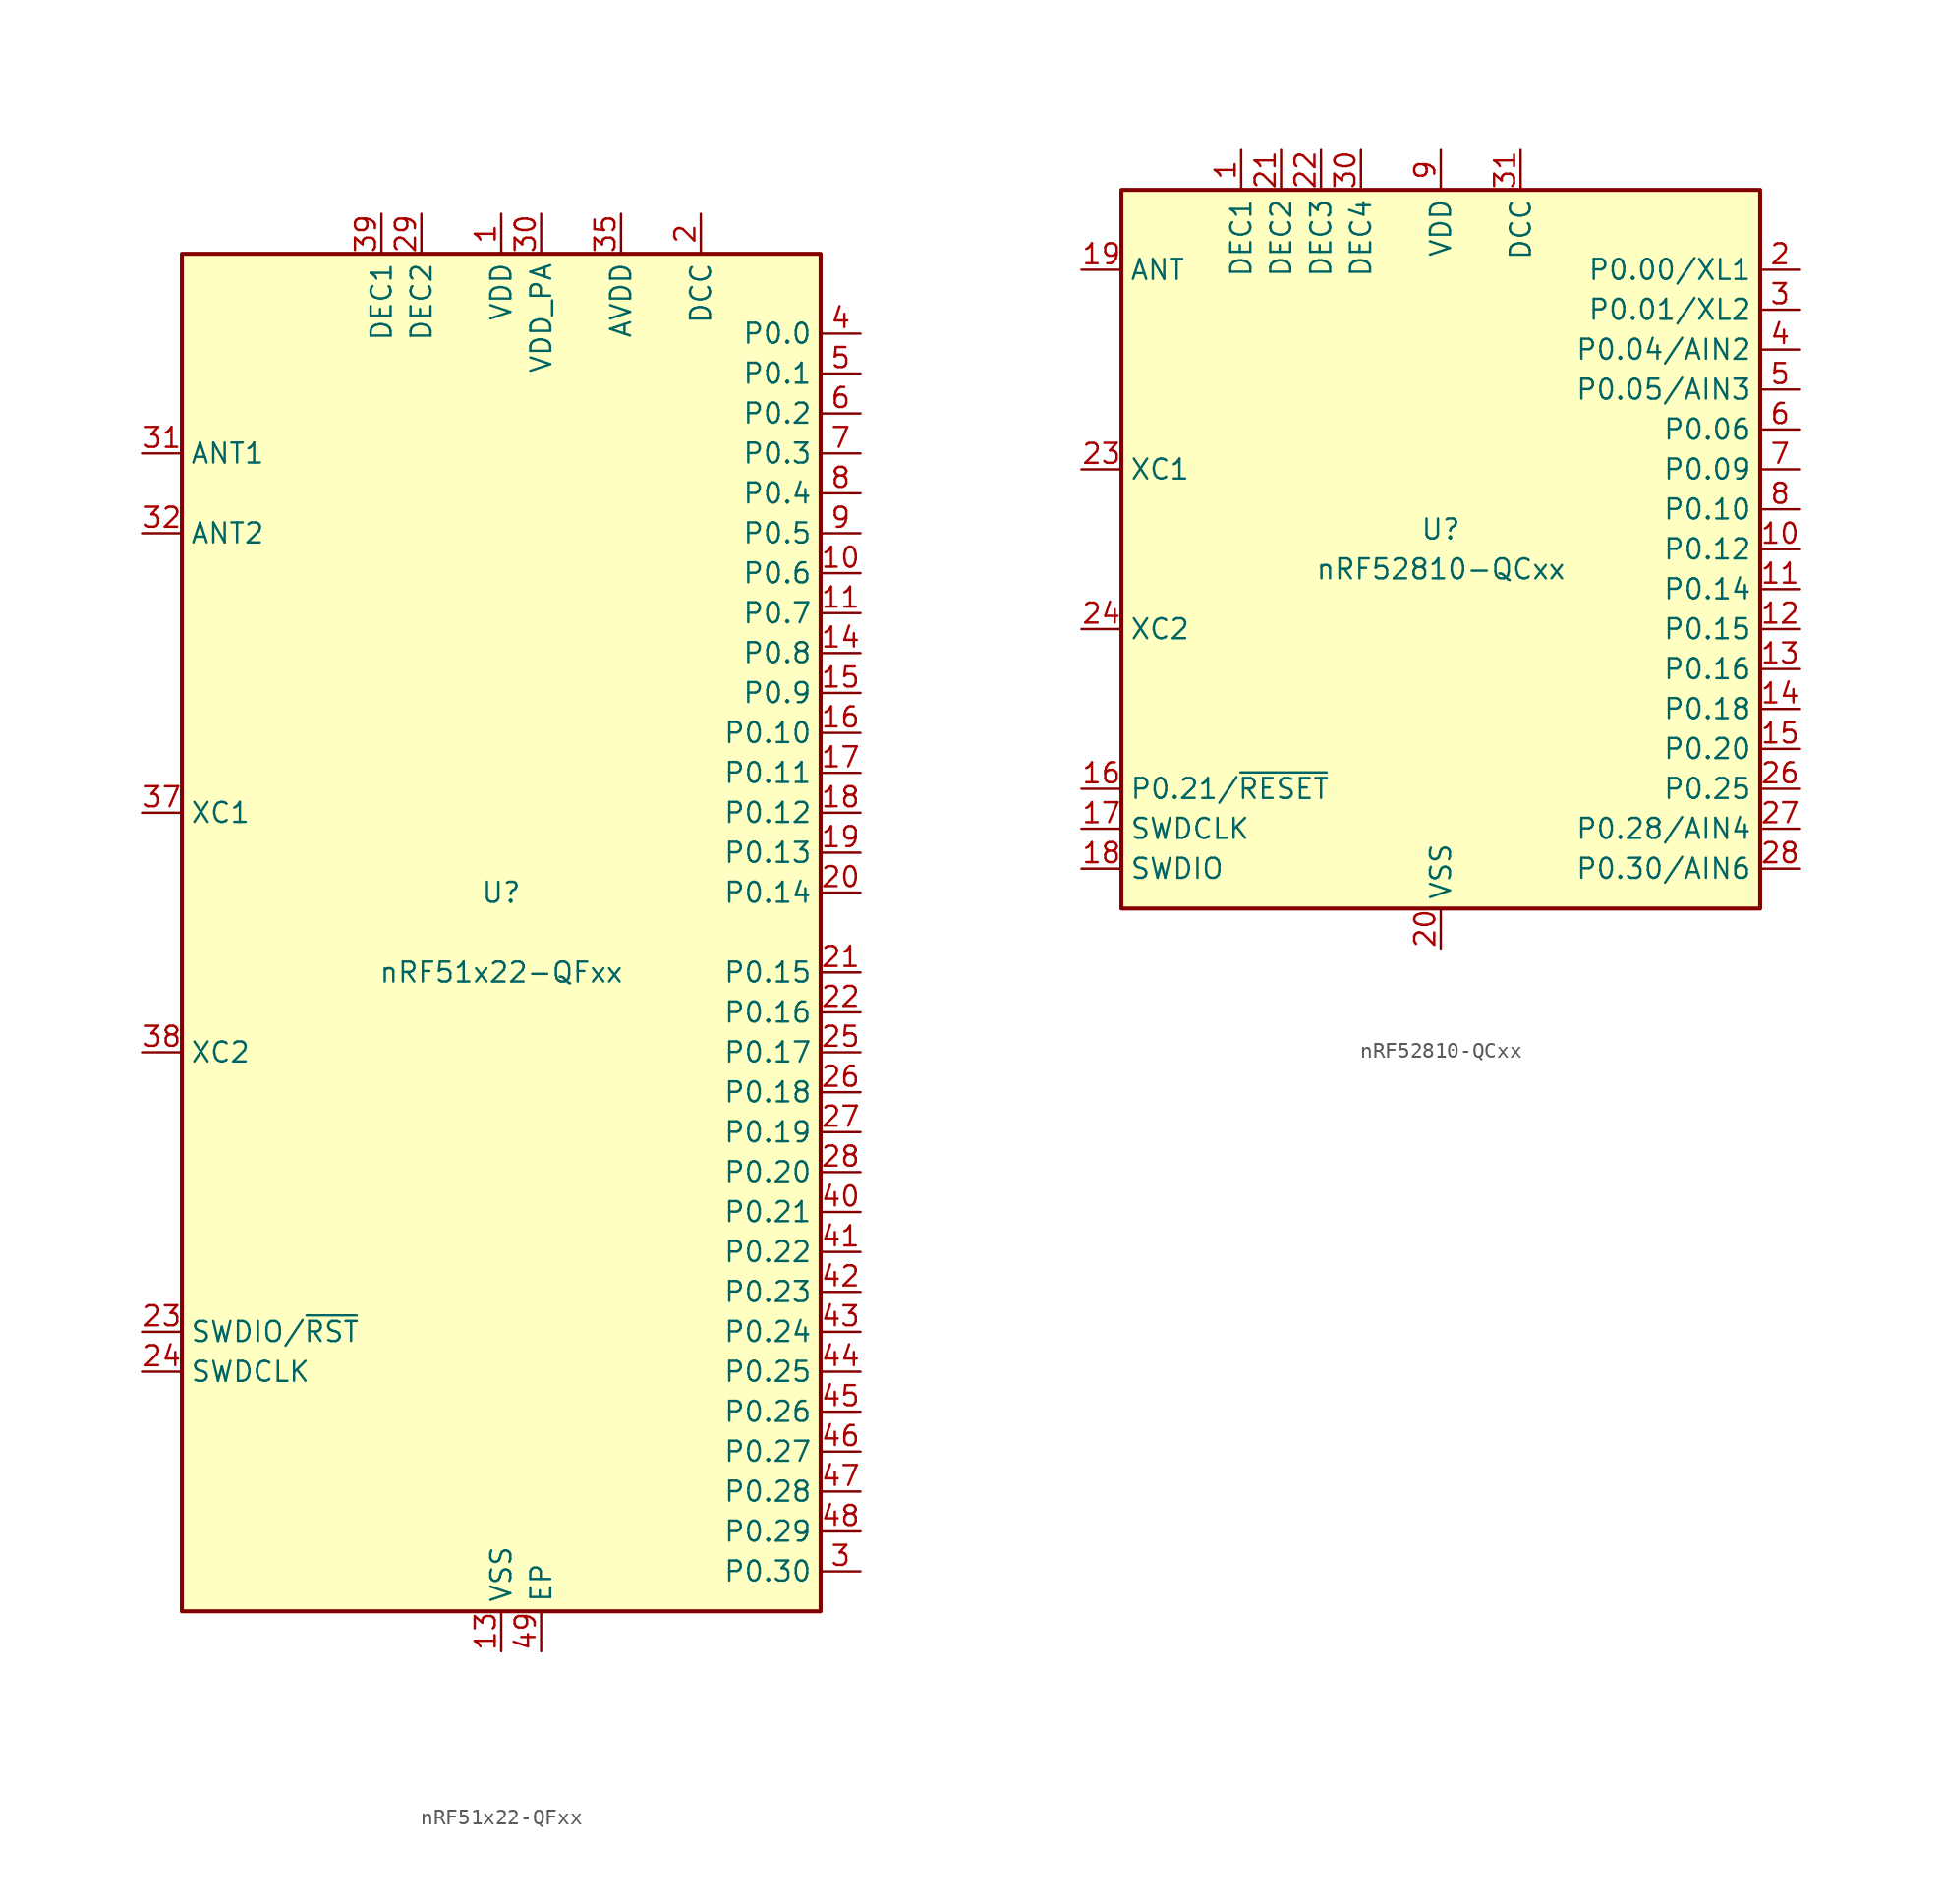
<source format=kicad_sym>
(kicad_symbol_lib
  (version 20201005)
  (generator kicad_symbol_editor)
  (symbol "MCU_Nordic:nRF51x22-QFxx"
    (property "Reference" "U"
      (at 0 2.54 0)
      (effects (font (size 1.27 1.27))))
    (property "Value" "nRF51x22-QFxx"
      (at 0 -2.54 0)
      (effects (font (size 1.27 1.27))))
    (symbol "nRF51x22-QFxx_0_1"
      (rectangle (start -20.32 43.18) (end 20.32 -43.18) (stroke (width 0.254)) (fill (type background))))
    (symbol "nRF51x22-QFxx_1_1"
      (pin power_in line (at 0 45.72 270) (length 2.54) (name "VDD" (effects (font (size 1.27 1.27)))) (number "1" (effects (font (size 1.27 1.27)))))
      (pin bidirectional line (at 22.86 22.86 180) (length 2.54) (name "P0.6" (effects (font (size 1.27 1.27)))) (number "10" (effects (font (size 1.27 1.27)))))
      (pin bidirectional line (at 22.86 20.32 180) (length 2.54) (name "P0.7" (effects (font (size 1.27 1.27)))) (number "11" (effects (font (size 1.27 1.27)))))
      (pin passive line (at 0 45.72 270) (length 2.54) hide (name "VDD" (effects (font (size 1.27 1.27)))) (number "12" (effects (font (size 1.27 1.27)))))
      (pin power_in line (at 0 -45.72 90) (length 2.54) (name "VSS" (effects (font (size 1.27 1.27)))) (number "13" (effects (font (size 1.27 1.27)))))
      (pin bidirectional line (at 22.86 17.78 180) (length 2.54) (name "P0.8" (effects (font (size 1.27 1.27)))) (number "14" (effects (font (size 1.27 1.27)))))
      (pin bidirectional line (at 22.86 15.24 180) (length 2.54) (name "P0.9" (effects (font (size 1.27 1.27)))) (number "15" (effects (font (size 1.27 1.27)))))
      (pin bidirectional line (at 22.86 12.7 180) (length 2.54) (name "P0.10" (effects (font (size 1.27 1.27)))) (number "16" (effects (font (size 1.27 1.27)))))
      (pin bidirectional line (at 22.86 10.16 180) (length 2.54) (name "P0.11" (effects (font (size 1.27 1.27)))) (number "17" (effects (font (size 1.27 1.27)))))
      (pin bidirectional line (at 22.86 7.62 180) (length 2.54) (name "P0.12" (effects (font (size 1.27 1.27)))) (number "18" (effects (font (size 1.27 1.27)))))
      (pin bidirectional line (at 22.86 5.08 180) (length 2.54) (name "P0.13" (effects (font (size 1.27 1.27)))) (number "19" (effects (font (size 1.27 1.27)))))
      (pin power_out line (at 12.7 45.72 270) (length 2.54) (name "DCC" (effects (font (size 1.27 1.27)))) (number "2" (effects (font (size 1.27 1.27)))))
      (pin bidirectional line (at 22.86 2.54 180) (length 2.54) (name "P0.14" (effects (font (size 1.27 1.27)))) (number "20" (effects (font (size 1.27 1.27)))))
      (pin bidirectional line (at 22.86 -2.54 180) (length 2.54) (name "P0.15" (effects (font (size 1.27 1.27)))) (number "21" (effects (font (size 1.27 1.27)))))
      (pin bidirectional line (at 22.86 -5.08 180) (length 2.54) (name "P0.16" (effects (font (size 1.27 1.27)))) (number "22" (effects (font (size 1.27 1.27)))))
      (pin bidirectional line (at -22.86 -25.4 0) (length 2.54) (name "SWDIO/~RST" (effects (font (size 1.27 1.27)))) (number "23" (effects (font (size 1.27 1.27)))))
      (pin input line (at -22.86 -27.94 0) (length 2.54) (name "SWDCLK" (effects (font (size 1.27 1.27)))) (number "24" (effects (font (size 1.27 1.27)))))
      (pin bidirectional line (at 22.86 -7.62 180) (length 2.54) (name "P0.17" (effects (font (size 1.27 1.27)))) (number "25" (effects (font (size 1.27 1.27)))))
      (pin bidirectional line (at 22.86 -10.16 180) (length 2.54) (name "P0.18" (effects (font (size 1.27 1.27)))) (number "26" (effects (font (size 1.27 1.27)))))
      (pin bidirectional line (at 22.86 -12.7 180) (length 2.54) (name "P0.19" (effects (font (size 1.27 1.27)))) (number "27" (effects (font (size 1.27 1.27)))))
      (pin bidirectional line (at 22.86 -15.24 180) (length 2.54) (name "P0.20" (effects (font (size 1.27 1.27)))) (number "28" (effects (font (size 1.27 1.27)))))
      (pin passive line (at -5.08 45.72 270) (length 2.54) (name "DEC2" (effects (font (size 1.27 1.27)))) (number "29" (effects (font (size 1.27 1.27)))))
      (pin bidirectional line (at 22.86 -40.64 180) (length 2.54) (name "P0.30" (effects (font (size 1.27 1.27)))) (number "3" (effects (font (size 1.27 1.27)))))
      (pin power_out line (at 2.54 45.72 270) (length 2.54) (name "VDD_PA" (effects (font (size 1.27 1.27)))) (number "30" (effects (font (size 1.27 1.27)))))
      (pin output line (at -22.86 30.48 0) (length 2.54) (name "ANT1" (effects (font (size 1.27 1.27)))) (number "31" (effects (font (size 1.27 1.27)))))
      (pin output line (at -22.86 25.4 0) (length 2.54) (name "ANT2" (effects (font (size 1.27 1.27)))) (number "32" (effects (font (size 1.27 1.27)))))
      (pin passive line (at 0 -45.72 90) (length 2.54) hide (name "VSS" (effects (font (size 1.27 1.27)))) (number "33" (effects (font (size 1.27 1.27)))))
      (pin passive line (at 0 -45.72 90) (length 2.54) hide (name "VSS" (effects (font (size 1.27 1.27)))) (number "34" (effects (font (size 1.27 1.27)))))
      (pin power_in line (at 7.62 45.72 270) (length 2.54) (name "AVDD" (effects (font (size 1.27 1.27)))) (number "35" (effects (font (size 1.27 1.27)))))
      (pin passive line (at 7.62 45.72 270) (length 2.54) hide (name "AVDD" (effects (font (size 1.27 1.27)))) (number "36" (effects (font (size 1.27 1.27)))))
      (pin input line (at -22.86 7.62 0) (length 2.54) (name "XC1" (effects (font (size 1.27 1.27)))) (number "37" (effects (font (size 1.27 1.27)))))
      (pin input line (at -22.86 -7.62 0) (length 2.54) (name "XC2" (effects (font (size 1.27 1.27)))) (number "38" (effects (font (size 1.27 1.27)))))
      (pin passive line (at -7.62 45.72 270) (length 2.54) (name "DEC1" (effects (font (size 1.27 1.27)))) (number "39" (effects (font (size 1.27 1.27)))))
      (pin bidirectional line (at 22.86 38.1 180) (length 2.54) (name "P0.0" (effects (font (size 1.27 1.27)))) (number "4" (effects (font (size 1.27 1.27)))))
      (pin bidirectional line (at 22.86 -17.78 180) (length 2.54) (name "P0.21" (effects (font (size 1.27 1.27)))) (number "40" (effects (font (size 1.27 1.27)))))
      (pin bidirectional line (at 22.86 -20.32 180) (length 2.54) (name "P0.22" (effects (font (size 1.27 1.27)))) (number "41" (effects (font (size 1.27 1.27)))))
      (pin bidirectional line (at 22.86 -22.86 180) (length 2.54) (name "P0.23" (effects (font (size 1.27 1.27)))) (number "42" (effects (font (size 1.27 1.27)))))
      (pin bidirectional line (at 22.86 -25.4 180) (length 2.54) (name "P0.24" (effects (font (size 1.27 1.27)))) (number "43" (effects (font (size 1.27 1.27)))))
      (pin bidirectional line (at 22.86 -27.94 180) (length 2.54) (name "P0.25" (effects (font (size 1.27 1.27)))) (number "44" (effects (font (size 1.27 1.27)))))
      (pin bidirectional line (at 22.86 -30.48 180) (length 2.54) (name "P0.26" (effects (font (size 1.27 1.27)))) (number "45" (effects (font (size 1.27 1.27)))))
      (pin bidirectional line (at 22.86 -33.02 180) (length 2.54) (name "P0.27" (effects (font (size 1.27 1.27)))) (number "46" (effects (font (size 1.27 1.27)))))
      (pin bidirectional line (at 22.86 -35.56 180) (length 2.54) (name "P0.28" (effects (font (size 1.27 1.27)))) (number "47" (effects (font (size 1.27 1.27)))))
      (pin bidirectional line (at 22.86 -38.1 180) (length 2.54) (name "P0.29" (effects (font (size 1.27 1.27)))) (number "48" (effects (font (size 1.27 1.27)))))
      (pin power_in line (at 2.54 -45.72 90) (length 2.54) (name "EP" (effects (font (size 1.27 1.27)))) (number "49" (effects (font (size 1.27 1.27)))))
      (pin bidirectional line (at 22.86 35.56 180) (length 2.54) (name "P0.1" (effects (font (size 1.27 1.27)))) (number "5" (effects (font (size 1.27 1.27)))))
      (pin bidirectional line (at 22.86 33.02 180) (length 2.54) (name "P0.2" (effects (font (size 1.27 1.27)))) (number "6" (effects (font (size 1.27 1.27)))))
      (pin bidirectional line (at 22.86 30.48 180) (length 2.54) (name "P0.3" (effects (font (size 1.27 1.27)))) (number "7" (effects (font (size 1.27 1.27)))))
      (pin bidirectional line (at 22.86 27.94 180) (length 2.54) (name "P0.4" (effects (font (size 1.27 1.27)))) (number "8" (effects (font (size 1.27 1.27)))))
      (pin bidirectional line (at 22.86 25.4 180) (length 2.54) (name "P0.5" (effects (font (size 1.27 1.27)))) (number "9" (effects (font (size 1.27 1.27)))))))
  (symbol "MCU_Nordic:nRF52810-QCxx"
    (property "Reference" "U"
      (at 0 1.27 0)
      (effects (font (size 1.27 1.27))))
    (property "Value" "nRF52810-QCxx"
      (at 0 -1.27 0)
      (effects (font (size 1.27 1.27))))
    (symbol "nRF52810-QCxx_0_1"
      (rectangle (start -20.32 22.86) (end 20.32 -22.86) (stroke (width 0.254)) (fill (type background))))
    (symbol "nRF52810-QCxx_1_1"
      (pin passive line (at -12.7 25.4 270) (length 2.54) (name "DEC1" (effects (font (size 1.27 1.27)))) (number "1" (effects (font (size 1.27 1.27)))))
      (pin bidirectional line (at 22.86 0 180) (length 2.54) (name "P0.12" (effects (font (size 1.27 1.27)))) (number "10" (effects (font (size 1.27 1.27)))))
      (pin bidirectional line (at 22.86 -2.54 180) (length 2.54) (name "P0.14" (effects (font (size 1.27 1.27)))) (number "11" (effects (font (size 1.27 1.27)))))
      (pin bidirectional line (at 22.86 -5.08 180) (length 2.54) (name "P0.15" (effects (font (size 1.27 1.27)))) (number "12" (effects (font (size 1.27 1.27)))))
      (pin bidirectional line (at 22.86 -7.62 180) (length 2.54) (name "P0.16" (effects (font (size 1.27 1.27)))) (number "13" (effects (font (size 1.27 1.27)))))
      (pin bidirectional line (at 22.86 -10.16 180) (length 2.54) (name "P0.18" (effects (font (size 1.27 1.27)))) (number "14" (effects (font (size 1.27 1.27)))))
      (pin bidirectional line (at 22.86 -12.7 180) (length 2.54) (name "P0.20" (effects (font (size 1.27 1.27)))) (number "15" (effects (font (size 1.27 1.27)))))
      (pin bidirectional line (at -22.86 -15.24 0) (length 2.54) (name "P0.21/~RESET" (effects (font (size 1.27 1.27)))) (number "16" (effects (font (size 1.27 1.27)))))
      (pin input line (at -22.86 -17.78 0) (length 2.54) (name "SWDCLK" (effects (font (size 1.27 1.27)))) (number "17" (effects (font (size 1.27 1.27)))))
      (pin bidirectional line (at -22.86 -20.32 0) (length 2.54) (name "SWDIO" (effects (font (size 1.27 1.27)))) (number "18" (effects (font (size 1.27 1.27)))))
      (pin passive line (at -22.86 17.78 0) (length 2.54) (name "ANT" (effects (font (size 1.27 1.27)))) (number "19" (effects (font (size 1.27 1.27)))))
      (pin bidirectional line (at 22.86 17.78 180) (length 2.54) (name "P0.00/XL1" (effects (font (size 1.27 1.27)))) (number "2" (effects (font (size 1.27 1.27)))))
      (pin power_in line (at 0 -25.4 90) (length 2.54) (name "VSS" (effects (font (size 1.27 1.27)))) (number "20" (effects (font (size 1.27 1.27)))))
      (pin passive line (at -10.16 25.4 270) (length 2.54) (name "DEC2" (effects (font (size 1.27 1.27)))) (number "21" (effects (font (size 1.27 1.27)))))
      (pin passive line (at -7.62 25.4 270) (length 2.54) (name "DEC3" (effects (font (size 1.27 1.27)))) (number "22" (effects (font (size 1.27 1.27)))))
      (pin input line (at -22.86 5.08 0) (length 2.54) (name "XC1" (effects (font (size 1.27 1.27)))) (number "23" (effects (font (size 1.27 1.27)))))
      (pin input line (at -22.86 -5.08 0) (length 2.54) (name "XC2" (effects (font (size 1.27 1.27)))) (number "24" (effects (font (size 1.27 1.27)))))
      (pin passive line (at 0 25.4 270) (length 2.54) hide (name "VDD" (effects (font (size 1.27 1.27)))) (number "25" (effects (font (size 1.27 1.27)))))
      (pin bidirectional line (at 22.86 -15.24 180) (length 2.54) (name "P0.25" (effects (font (size 1.27 1.27)))) (number "26" (effects (font (size 1.27 1.27)))))
      (pin bidirectional line (at 22.86 -17.78 180) (length 2.54) (name "P0.28/AIN4" (effects (font (size 1.27 1.27)))) (number "27" (effects (font (size 1.27 1.27)))))
      (pin bidirectional line (at 22.86 -20.32 180) (length 2.54) (name "P0.30/AIN6" (effects (font (size 1.27 1.27)))) (number "28" (effects (font (size 1.27 1.27)))))
      (pin passive line (at 0 -25.4 90) (length 2.54) hide (name "VSS" (effects (font (size 1.27 1.27)))) (number "29" (effects (font (size 1.27 1.27)))))
      (pin bidirectional line (at 22.86 15.24 180) (length 2.54) (name "P0.01/XL2" (effects (font (size 1.27 1.27)))) (number "3" (effects (font (size 1.27 1.27)))))
      (pin passive line (at -5.08 25.4 270) (length 2.54) (name "DEC4" (effects (font (size 1.27 1.27)))) (number "30" (effects (font (size 1.27 1.27)))))
      (pin power_out line (at 5.08 25.4 270) (length 2.54) (name "DCC" (effects (font (size 1.27 1.27)))) (number "31" (effects (font (size 1.27 1.27)))))
      (pin passive line (at 0 25.4 270) (length 2.54) hide (name "VDD" (effects (font (size 1.27 1.27)))) (number "32" (effects (font (size 1.27 1.27)))))
      (pin passive line (at 0 -25.4 90) (length 2.54) hide (name "VSS" (effects (font (size 1.27 1.27)))) (number "33" (effects (font (size 1.27 1.27)))))
      (pin bidirectional line (at 22.86 12.7 180) (length 2.54) (name "P0.04/AIN2" (effects (font (size 1.27 1.27)))) (number "4" (effects (font (size 1.27 1.27)))))
      (pin bidirectional line (at 22.86 10.16 180) (length 2.54) (name "P0.05/AIN3" (effects (font (size 1.27 1.27)))) (number "5" (effects (font (size 1.27 1.27)))))
      (pin bidirectional line (at 22.86 7.62 180) (length 2.54) (name "P0.06" (effects (font (size 1.27 1.27)))) (number "6" (effects (font (size 1.27 1.27)))))
      (pin bidirectional line (at 22.86 5.08 180) (length 2.54) (name "P0.09" (effects (font (size 1.27 1.27)))) (number "7" (effects (font (size 1.27 1.27)))))
      (pin bidirectional line (at 22.86 2.54 180) (length 2.54) (name "P0.10" (effects (font (size 1.27 1.27)))) (number "8" (effects (font (size 1.27 1.27)))))
      (pin power_in line (at 0 25.4 270) (length 2.54) (name "VDD" (effects (font (size 1.27 1.27)))) (number "9" (effects (font (size 1.27 1.27))))))))
</source>
